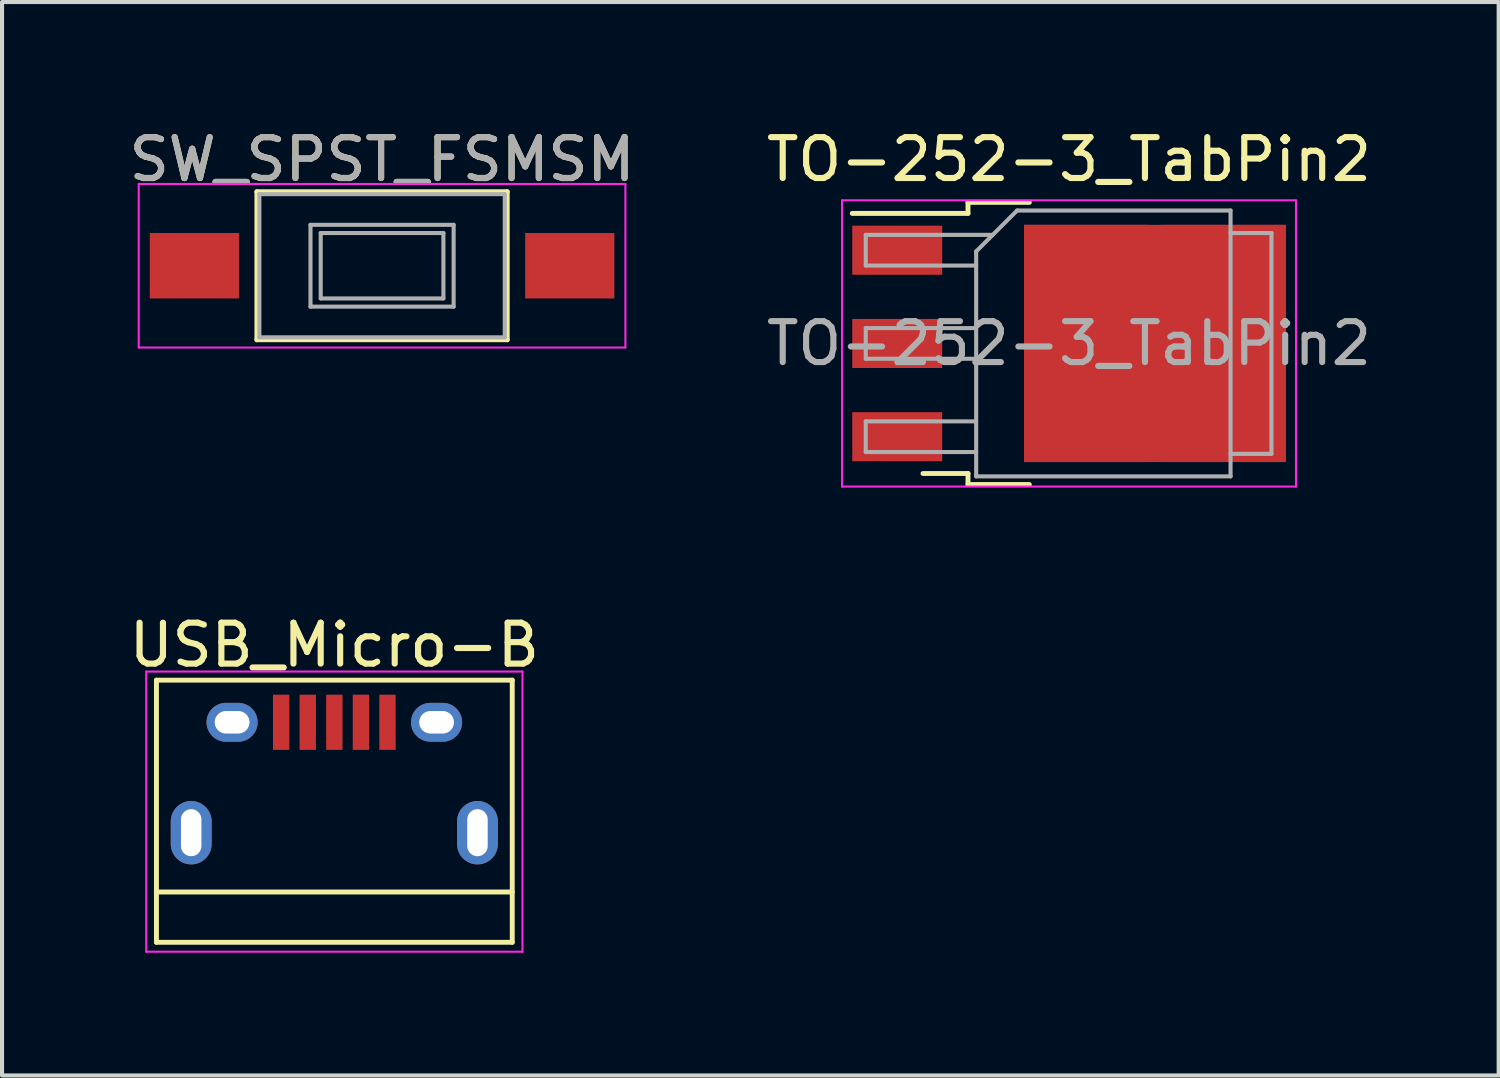
<source format=kicad_pcb>
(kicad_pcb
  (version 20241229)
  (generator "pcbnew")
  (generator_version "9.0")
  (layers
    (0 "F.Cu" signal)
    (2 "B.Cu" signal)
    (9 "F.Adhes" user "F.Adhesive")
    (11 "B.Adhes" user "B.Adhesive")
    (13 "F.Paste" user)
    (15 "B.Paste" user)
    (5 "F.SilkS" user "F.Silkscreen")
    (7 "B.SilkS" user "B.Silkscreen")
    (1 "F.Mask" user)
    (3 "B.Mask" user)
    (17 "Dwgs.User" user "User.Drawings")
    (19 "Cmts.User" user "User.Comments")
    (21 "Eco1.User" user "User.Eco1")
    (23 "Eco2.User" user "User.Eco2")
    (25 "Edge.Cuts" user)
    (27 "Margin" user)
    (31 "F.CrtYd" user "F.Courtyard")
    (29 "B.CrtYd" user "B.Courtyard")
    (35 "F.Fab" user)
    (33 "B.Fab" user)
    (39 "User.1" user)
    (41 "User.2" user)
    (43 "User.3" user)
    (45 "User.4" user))
  (footprint "SW_SPST_FSMSM"
    (layer "F.Cu")
    (at 6.292 3.448)
    (property "Reference" "SW_SPST_FSMSM" (at 0 -2.6 0) (layer "F.SilkS") (effects (font (size 1 1) (thickness 0.15))))
    (attr smd)
    (fp_line (start -3.06 -1.81) (end 3.06 -1.81) (stroke (width 0.12) (type solid)) (layer "F.SilkS"))
    (fp_line (start -3.06 1.81) (end -3.06 -1.81) (stroke (width 0.12) (type solid)) (layer "F.SilkS"))
    (fp_line (start 3.06 -1.81) (end 3.06 1.81) (stroke (width 0.12) (type solid)) (layer "F.SilkS"))
    (fp_line (start 3.06 1.81) (end -3.06 1.81) (stroke (width 0.12) (type solid)) (layer "F.SilkS"))
    (fp_line (start -5.95 -2) (end -5.95 2) (stroke (width 0.05) (type solid)) (layer "F.CrtYd"))
    (fp_line (start -5.95 -2) (end 5.95 -2) (stroke (width 0.05) (type solid)) (layer "F.CrtYd"))
    (fp_line (start -5.95 2) (end 5.95 2) (stroke (width 0.05) (type solid)) (layer "F.CrtYd"))
    (fp_line (start 5.95 -2) (end 5.95 2) (stroke (width 0.05) (type solid)) (layer "F.CrtYd"))
    (fp_line (start -3 -1.75) (end -3 1.75) (stroke (width 0.1) (type solid)) (layer "F.Fab"))
    (fp_line (start -3 -1.75) (end 3 -1.75) (stroke (width 0.1) (type solid)) (layer "F.Fab"))
    (fp_line (start -3 1.75) (end 3 1.75) (stroke (width 0.1) (type solid)) (layer "F.Fab"))
    (fp_line (start -1.75 -1) (end 1.75 -1) (stroke (width 0.1) (type solid)) (layer "F.Fab"))
    (fp_line (start -1.75 1) (end -1.75 -1) (stroke (width 0.1) (type solid)) (layer "F.Fab"))
    (fp_line (start -1.5 -0.8) (end -1.5 0.8) (stroke (width 0.1) (type solid)) (layer "F.Fab"))
    (fp_line (start -1.5 -0.8) (end 1.5 -0.8) (stroke (width 0.1) (type solid)) (layer "F.Fab"))
    (fp_line (start -1.5 0.8) (end 1.5 0.8) (stroke (width 0.1) (type solid)) (layer "F.Fab"))
    (fp_line (start 1.5 -0.8) (end 1.5 0.8) (stroke (width 0.1) (type solid)) (layer "F.Fab"))
    (fp_line (start 1.75 -1) (end 1.75 1) (stroke (width 0.1) (type solid)) (layer "F.Fab"))
    (fp_line (start 1.75 1) (end -1.75 1) (stroke (width 0.1) (type solid)) (layer "F.Fab"))
    (fp_line (start 3 -1.75) (end 3 1.75) (stroke (width 0.1) (type solid)) (layer "F.Fab"))
    (fp_text user "${REFERENCE}" (at 0 -2.6 0) (layer "F.Fab") (effects (font (size 1 1) (thickness 0.15))))
    (pad "1" smd rect (at -4.59 0) (size 2.18 1.6) (layers "F.Cu" "F.Mask" "F.Paste"))
    (pad "2" smd rect (at 4.59 0) (size 2.18 1.6) (layers "F.Cu" "F.Mask" "F.Paste")))
  (footprint "USB_Micro-B"
    (layer "F.Cu")
    (at 5.125 15.961)
    (property "Reference" "USB_Micro-B" (at 0 -3.24 0) (layer "F.SilkS") (effects (font (size 1 1) (thickness 0.15))))
    (attr smd)
    (fp_line (start -4.35 -2.38) (end 4.35 -2.38) (stroke (width 0.12) (type solid)) (layer "F.SilkS"))
    (fp_line (start -4.35 4.03) (end -4.35 -2.38) (stroke (width 0.12) (type solid)) (layer "F.SilkS"))
    (fp_line (start -4.35 4.03) (end 4.35 4.03) (stroke (width 0.12) (type solid)) (layer "F.SilkS"))
    (fp_line (start 4.35 -2.38) (end 4.35 4.03) (stroke (width 0.12) (type solid)) (layer "F.SilkS"))
    (fp_line (start 4.35 2.8) (end -4.35 2.8) (stroke (width 0.12) (type solid)) (layer "F.SilkS"))
    (fp_line (start -4.6 -2.59) (end 4.6 -2.59) (stroke (width 0.05) (type solid)) (layer "F.CrtYd"))
    (fp_line (start -4.6 4.26) (end -4.6 -2.59) (stroke (width 0.05) (type solid)) (layer "F.CrtYd"))
    (fp_line (start 4.6 -2.59) (end 4.6 4.26) (stroke (width 0.05) (type solid)) (layer "F.CrtYd"))
    (fp_line (start 4.6 4.26) (end -4.6 4.26) (stroke (width 0.05) (type solid)) (layer "F.CrtYd"))
    (pad "1" smd rect (at -1.3 -1.35 90) (size 1.35 0.4) (layers "F.Cu" "F.Mask" "F.Paste"))
    (pad "2" smd rect (at -0.65 -1.35 90) (size 1.35 0.4) (layers "F.Cu" "F.Mask" "F.Paste"))
    (pad "3" smd rect (at 0 -1.35 90) (size 1.35 0.4) (layers "F.Cu" "F.Mask" "F.Paste"))
    (pad "4" smd rect (at 0.65 -1.35 90) (size 1.35 0.4) (layers "F.Cu" "F.Mask" "F.Paste"))
    (pad "5" smd rect (at 1.3 -1.35 90) (size 1.35 0.4) (layers "F.Cu" "F.Mask" "F.Paste"))
    (pad "6" thru_hole oval (at -3.5 1.35 90) (size 1.55 1) (drill oval 1.15 0.5) (layers "*.Cu" "*.Mask"))
    (pad "6" thru_hole oval (at -2.5 -1.35 90) (size 0.95 1.25) (drill oval 0.55 0.85) (layers "*.Cu" "*.Mask"))
    (pad "6" thru_hole oval (at 2.5 -1.35 90) (size 0.95 1.25) (drill oval 0.55 0.85) (layers "*.Cu" "*.Mask"))
    (pad "6" thru_hole oval (at 3.5 1.35 90) (size 1.55 1) (drill oval 1.15 0.5) (layers "*.Cu" "*.Mask")))
  (footprint "TO-252-3_TabPin2"
    (layer "F.Cu")
    (at 23.089 5.348)
    (property "Reference" "TO-252-3_TabPin2" (at 0 -4.5 0) (layer "F.SilkS") (effects (font (size 1 1) (thickness 0.15))))
    (attr smd)
    (fp_line (start -2.47 -3.45) (end -2.47 -3.18) (stroke (width 0.12) (type solid)) (layer "F.SilkS"))
    (fp_line (start -2.47 -3.18) (end -5.3 -3.18) (stroke (width 0.12) (type solid)) (layer "F.SilkS"))
    (fp_line (start -2.47 3.18) (end -3.57 3.18) (stroke (width 0.12) (type solid)) (layer "F.SilkS"))
    (fp_line (start -2.47 3.45) (end -2.47 3.18) (stroke (width 0.12) (type solid)) (layer "F.SilkS"))
    (fp_line (start -0.97 -3.45) (end -2.47 -3.45) (stroke (width 0.12) (type solid)) (layer "F.SilkS"))
    (fp_line (start -0.97 3.45) (end -2.47 3.45) (stroke (width 0.12) (type solid)) (layer "F.SilkS"))
    (fp_line (start -5.55 -3.5) (end -5.55 3.5) (stroke (width 0.05) (type solid)) (layer "F.CrtYd"))
    (fp_line (start -5.55 3.5) (end 5.55 3.5) (stroke (width 0.05) (type solid)) (layer "F.CrtYd"))
    (fp_line (start 5.55 -3.5) (end -5.55 -3.5) (stroke (width 0.05) (type solid)) (layer "F.CrtYd"))
    (fp_line (start 5.55 3.5) (end 5.55 -3.5) (stroke (width 0.05) (type solid)) (layer "F.CrtYd"))
    (fp_line (start -4.97 -2.655) (end -4.97 -1.905) (stroke (width 0.1) (type solid)) (layer "F.Fab"))
    (fp_line (start -4.97 -1.905) (end -2.27 -1.905) (stroke (width 0.1) (type solid)) (layer "F.Fab"))
    (fp_line (start -4.97 -0.375) (end -4.97 0.375) (stroke (width 0.1) (type solid)) (layer "F.Fab"))
    (fp_line (start -4.97 0.375) (end -2.27 0.375) (stroke (width 0.1) (type solid)) (layer "F.Fab"))
    (fp_line (start -4.97 1.905) (end -4.97 2.655) (stroke (width 0.1) (type solid)) (layer "F.Fab"))
    (fp_line (start -4.97 2.655) (end -2.27 2.655) (stroke (width 0.1) (type solid)) (layer "F.Fab"))
    (fp_line (start -2.27 -2.25) (end -1.27 -3.25) (stroke (width 0.1) (type solid)) (layer "F.Fab"))
    (fp_line (start -2.27 -0.375) (end -4.97 -0.375) (stroke (width 0.1) (type solid)) (layer "F.Fab"))
    (fp_line (start -2.27 1.905) (end -4.97 1.905) (stroke (width 0.1) (type solid)) (layer "F.Fab"))
    (fp_line (start -2.27 3.25) (end -2.27 -2.25) (stroke (width 0.1) (type solid)) (layer "F.Fab"))
    (fp_line (start -1.865 -2.655) (end -4.97 -2.655) (stroke (width 0.1) (type solid)) (layer "F.Fab"))
    (fp_line (start -1.27 -3.25) (end 3.95 -3.25) (stroke (width 0.1) (type solid)) (layer "F.Fab"))
    (fp_line (start 3.95 -3.25) (end 3.95 3.25) (stroke (width 0.1) (type solid)) (layer "F.Fab"))
    (fp_line (start 3.95 -2.7) (end 4.95 -2.7) (stroke (width 0.1) (type solid)) (layer "F.Fab"))
    (fp_line (start 3.95 3.25) (end -2.27 3.25) (stroke (width 0.1) (type solid)) (layer "F.Fab"))
    (fp_line (start 4.95 -2.7) (end 4.95 2.7) (stroke (width 0.1) (type solid)) (layer "F.Fab"))
    (fp_line (start 4.95 2.7) (end 3.95 2.7) (stroke (width 0.1) (type solid)) (layer "F.Fab"))
    (fp_text user "${REFERENCE}" (at 0 0 0) (layer "F.Fab") (effects (font (size 1 1) (thickness 0.15))))
    (pad "1" smd rect (at -4.2 -2.28) (size 2.2 1.2) (layers "F.Cu" "F.Mask" "F.Paste"))
    (pad "2" smd rect (at -4.2 0) (size 2.2 1.2) (layers "F.Cu" "F.Mask" "F.Paste"))
    (pad "2" smd rect (at 0.425 -1.525) (size 3.05 2.75) (layers "F.Cu" "F.Paste"))
    (pad "2" smd rect (at 0.425 1.525) (size 3.05 2.75) (layers "F.Cu" "F.Paste"))
    (pad "2" smd rect (at 2.1 0) (size 6.4 5.8) (layers "F.Cu" "F.Mask"))
    (pad "2" smd rect (at 3.775 -1.525) (size 3.05 2.75) (layers "F.Cu" "F.Paste"))
    (pad "2" smd rect (at 3.775 1.525) (size 3.05 2.75) (layers "F.Cu" "F.Paste"))
    (pad "3" smd rect (at -4.2 2.28) (size 2.2 1.2) (layers "F.Cu" "F.Mask" "F.Paste")))
  (gr_rect
    (start -3 -3)
    (end 33.595 23.247)
    (stroke (width 0.1) (type default))
    (fill no)
    (layer "Edge.Cuts")))
</source>
